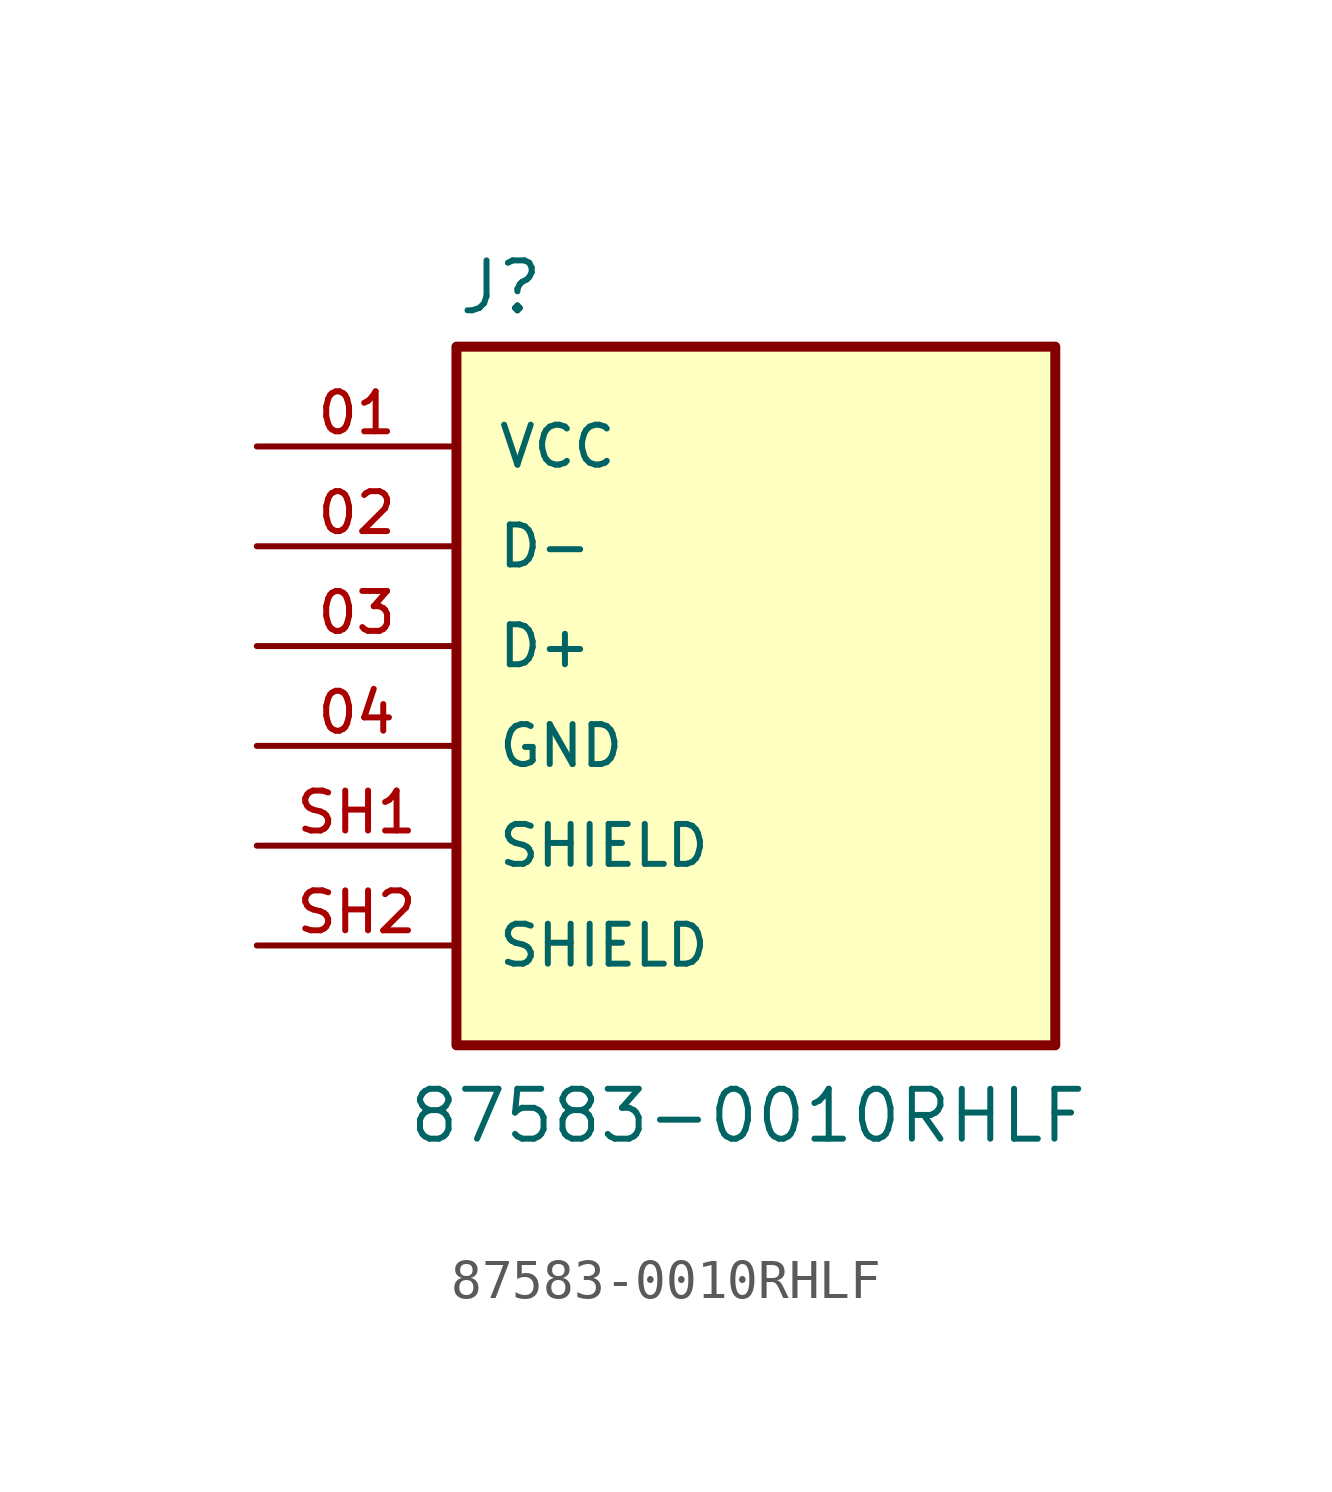
<source format=kicad_sym>
(kicad_symbol_lib
  (version 20220914)
  (generator kicad_symbol_editor)
  (symbol "87583-0010RHLF"
    (pin_names
      (offset 1.016))
    (property "Reference" "J"
      (at -7.62 8.382 0)
      (effects (font (size 1.27 1.27)) (justify left bottom)))
    (property "Value" "87583-0010RHLF"
      (at -8.89 -12.7 0)
      (effects (font (size 1.27 1.27)) (justify left bottom)))
    (symbol "87583-0010RHLF_0_0"
      (rectangle (start -7.62 7.62) (end 7.62 -10.16) (stroke (width 0.254) (type default)) (fill (type background)))
      (pin power_in line (at -12.7 5.08 0) (length 5.08) (name "VCC" (effects (font (size 1.016 1.016)))) (number "01" (effects (font (size 1.016 1.016)))))
      (pin bidirectional line (at -12.7 2.54 0) (length 5.08) (name "D-" (effects (font (size 1.016 1.016)))) (number "02" (effects (font (size 1.016 1.016)))))
      (pin bidirectional line (at -12.7 0 0) (length 5.08) (name "D+" (effects (font (size 1.016 1.016)))) (number "03" (effects (font (size 1.016 1.016)))))
      (pin power_in line (at -12.7 -2.54 0) (length 5.08) (name "GND" (effects (font (size 1.016 1.016)))) (number "04" (effects (font (size 1.016 1.016)))))
      (pin passive line (at -12.7 -5.08 0) (length 5.08) (name "SHIELD" (effects (font (size 1.016 1.016)))) (number "SH1" (effects (font (size 1.016 1.016)))))
      (pin passive line (at -12.7 -7.62 0) (length 5.08) (name "SHIELD" (effects (font (size 1.016 1.016)))) (number "SH2" (effects (font (size 1.016 1.016))))))))
</source>
